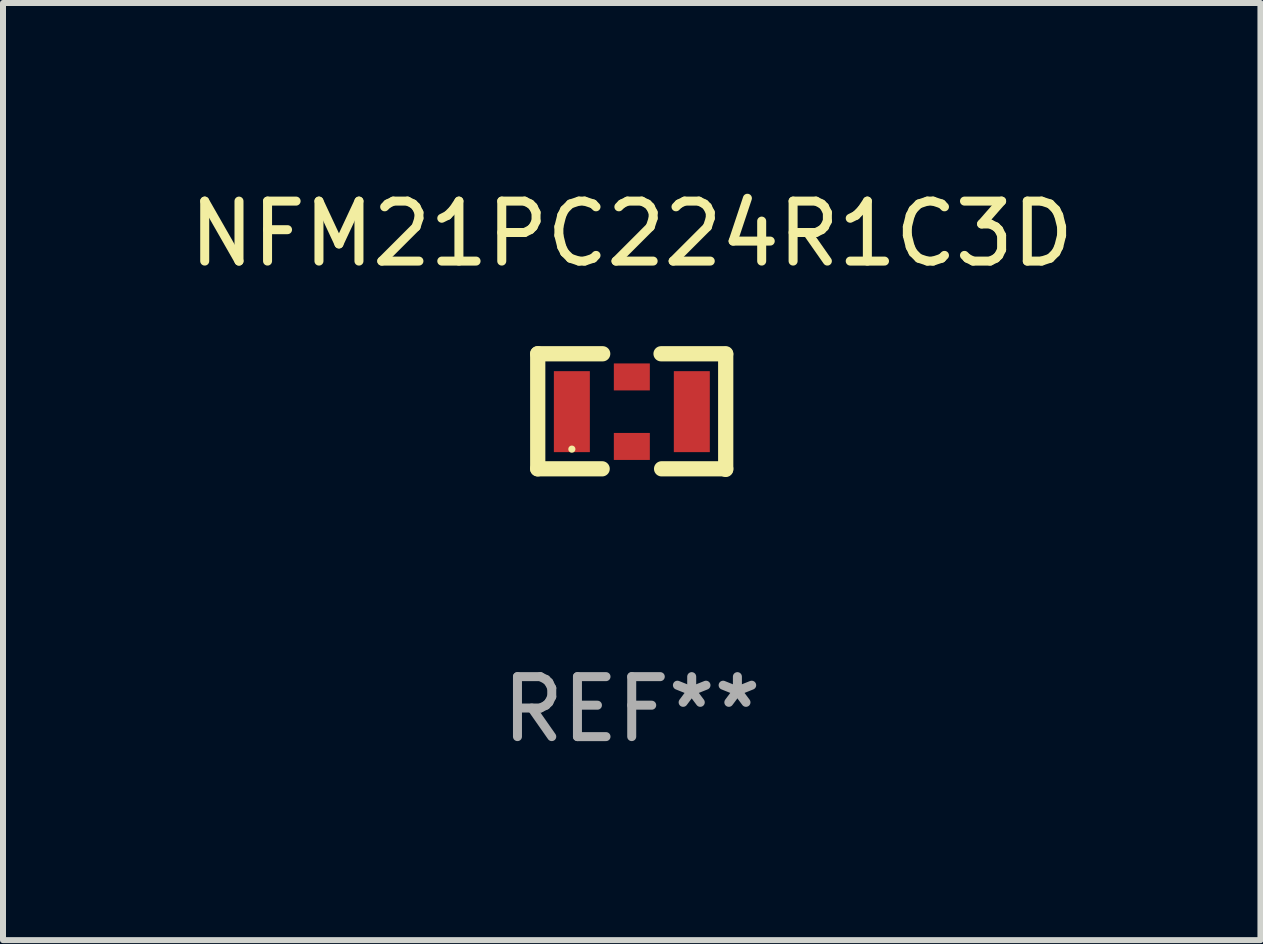
<source format=kicad_pcb>
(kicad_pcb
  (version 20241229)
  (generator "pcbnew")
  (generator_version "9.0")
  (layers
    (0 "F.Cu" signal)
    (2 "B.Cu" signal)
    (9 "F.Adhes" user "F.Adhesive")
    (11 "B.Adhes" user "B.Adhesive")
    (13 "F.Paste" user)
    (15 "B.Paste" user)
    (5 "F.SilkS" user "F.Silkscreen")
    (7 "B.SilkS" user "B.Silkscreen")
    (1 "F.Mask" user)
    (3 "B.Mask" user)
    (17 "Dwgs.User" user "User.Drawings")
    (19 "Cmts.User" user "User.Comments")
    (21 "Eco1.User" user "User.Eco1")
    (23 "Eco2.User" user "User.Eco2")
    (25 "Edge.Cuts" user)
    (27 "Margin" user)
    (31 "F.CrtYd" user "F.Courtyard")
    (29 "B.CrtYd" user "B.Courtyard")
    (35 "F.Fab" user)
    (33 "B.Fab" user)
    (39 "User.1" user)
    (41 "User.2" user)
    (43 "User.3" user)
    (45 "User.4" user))
  (footprint "NFM21PC224R1C3D"
    (layer "F.Cu")
    (at 7.482 3.812)
    (property "Reference" "NFM21PC224R1C3D" (at 0 -2.964 0) (layer "F.SilkS") (effects (font (size 1 1) (thickness 0.15))))
    (attr through_hole)
    (fp_line (start -1.567 -0.964) (end -0.484 -0.964) (stroke (width 0.254) (type solid)) (layer "F.SilkS"))
    (fp_line (start -1.567 0.954) (end -1.567 -0.964) (stroke (width 0.254) (type solid)) (layer "F.SilkS"))
    (fp_line (start -1.567 0.954) (end -0.493 0.954) (stroke (width 0.254) (type solid)) (layer "F.SilkS"))
    (fp_line (start 0.489 -0.964) (end 1.567 -0.964) (stroke (width 0.254) (type solid)) (layer "F.SilkS"))
    (fp_line (start 0.498 0.954) (end 1.567 0.954) (stroke (width 0.254) (type solid)) (layer "F.SilkS"))
    (fp_line (start 1.567 -0.955) (end 1.567 0.964) (stroke (width 0.254) (type solid)) (layer "F.SilkS"))
    (fp_circle (center -0.998 0.626) (end -0.968 0.626) (stroke (width 0.06) (type solid)) (fill no) (layer "F.SilkS"))
    (fp_text user "REF**" (at 0 4.964 0) (layer "F.Fab") (effects (font (size 1 1) (thickness 0.15))))
    (pad "1" smd rect (at -0.998 0.001) (size 0.6 1.35) (layers "F.Cu" "F.Mask" "F.Paste"))
    (pad "2" smd rect (at 0.002 -0.578) (size 0.6 0.45) (layers "F.Cu" "F.Mask" "F.Paste"))
    (pad "2" smd rect (at 0.002 0.581) (size 0.6 0.45) (layers "F.Cu" "F.Mask" "F.Paste"))
    (pad "3" smd rect (at 1.002 0.001) (size 0.6 1.35) (layers "F.Cu" "F.Mask" "F.Paste")))
  (gr_rect
    (start -3 -3)
    (end 17.964 12.624)
    (stroke (width 0.1) (type default))
    (fill no)
    (layer "Edge.Cuts")))
</source>
